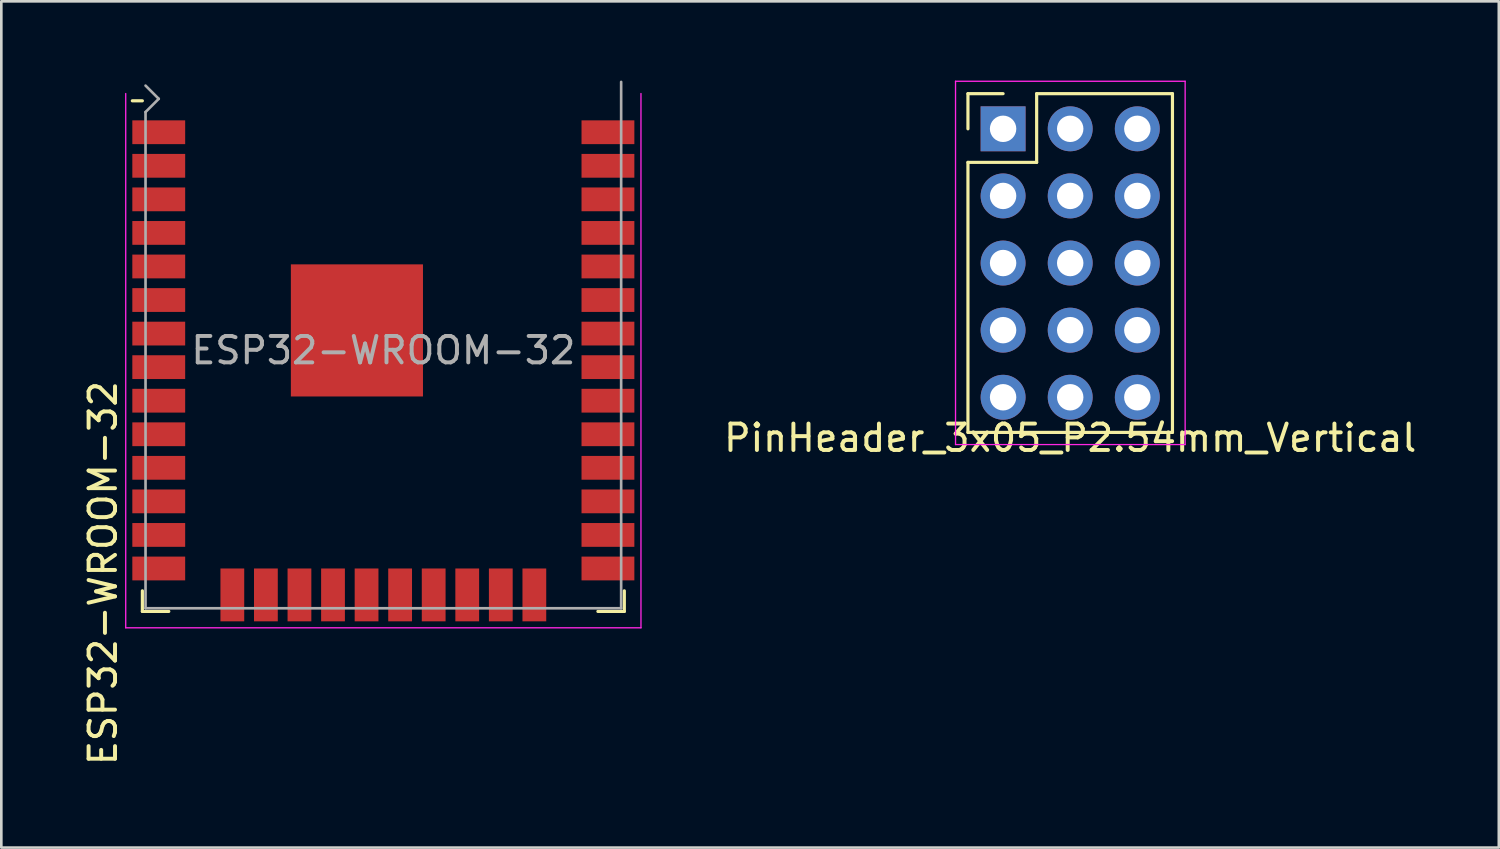
<source format=kicad_pcb>
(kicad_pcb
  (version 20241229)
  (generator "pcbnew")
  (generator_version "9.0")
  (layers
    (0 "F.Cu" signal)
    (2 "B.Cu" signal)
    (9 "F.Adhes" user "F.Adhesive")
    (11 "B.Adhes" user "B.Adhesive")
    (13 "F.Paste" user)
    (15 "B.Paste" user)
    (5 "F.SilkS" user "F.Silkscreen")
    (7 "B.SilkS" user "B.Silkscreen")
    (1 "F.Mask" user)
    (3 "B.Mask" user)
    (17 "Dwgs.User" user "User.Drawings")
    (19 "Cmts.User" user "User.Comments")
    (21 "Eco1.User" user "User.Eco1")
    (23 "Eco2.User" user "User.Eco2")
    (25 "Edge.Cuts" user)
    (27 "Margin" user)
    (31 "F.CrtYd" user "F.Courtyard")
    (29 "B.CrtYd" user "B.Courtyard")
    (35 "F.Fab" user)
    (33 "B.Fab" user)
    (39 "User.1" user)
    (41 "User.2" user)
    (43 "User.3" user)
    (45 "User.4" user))
  (footprint "PinHeader_3x05_P2.54mm_Vertical"
    (layer "F.Cu")
    (at 34.913 1.825)
    (property "Reference" "PinHeader_3x05_P2.54mm_Vertical" (at 2.54 11.7 0) (layer "F.SilkS") (effects (font (size 1 1) (thickness 0.15))))
    (attr through_hole)
    (fp_line (start -1.33 -1.33) (end 0 -1.33) (stroke (width 0.12) (type solid)) (layer "F.SilkS"))
    (fp_line (start -1.33 0) (end -1.33 -1.33) (stroke (width 0.12) (type solid)) (layer "F.SilkS"))
    (fp_line (start -1.33 1.27) (end -1.33 11.49) (stroke (width 0.12) (type solid)) (layer "F.SilkS"))
    (fp_line (start -1.33 1.27) (end 1.27 1.27) (stroke (width 0.12) (type solid)) (layer "F.SilkS"))
    (fp_line (start -1.33 11.49) (end 3.87 11.49) (stroke (width 0.12) (type solid)) (layer "F.SilkS"))
    (fp_line (start 1.27 -1.33) (end 6.41 -1.33) (stroke (width 0.12) (type solid)) (layer "F.SilkS"))
    (fp_line (start 1.27 1.27) (end 1.27 -1.33) (stroke (width 0.12) (type solid)) (layer "F.SilkS"))
    (fp_line (start 6.41 -1.33) (end 6.41 11.49) (stroke (width 0.12) (type solid)) (layer "F.SilkS"))
    (fp_line (start 6.41 11.49) (end 3.87 11.49) (stroke (width 0.12) (type solid)) (layer "F.SilkS"))
    (fp_line (start -1.8 -1.8) (end -1.8 11.95) (stroke (width 0.05) (type solid)) (layer "F.CrtYd"))
    (fp_line (start -1.8 11.95) (end 6.89 11.95) (stroke (width 0.05) (type solid)) (layer "F.CrtYd"))
    (fp_line (start 6.89 -1.8) (end -1.8 -1.8) (stroke (width 0.05) (type solid)) (layer "F.CrtYd"))
    (fp_line (start 6.89 11.95) (end 6.89 -1.8) (stroke (width 0.05) (type solid)) (layer "F.CrtYd"))
    (pad "1" thru_hole rect (at 0 0) (size 1.7 1.7) (drill 1) (layers "*.Cu" "*.Mask"))
    (pad "2" thru_hole oval (at 2.54 0) (size 1.7 1.7) (drill 1) (layers "*.Cu" "*.Mask"))
    (pad "3" thru_hole oval (at 5.08 0) (size 1.7 1.7) (drill 1) (layers "*.Cu" "*.Mask"))
    (pad "4" thru_hole oval (at 0 2.54) (size 1.7 1.7) (drill 1) (layers "*.Cu" "*.Mask"))
    (pad "5" thru_hole oval (at 2.54 2.54) (size 1.7 1.7) (drill 1) (layers "*.Cu" "*.Mask"))
    (pad "6" thru_hole oval (at 5.08 2.54) (size 1.7 1.7) (drill 1) (layers "*.Cu" "*.Mask"))
    (pad "7" thru_hole oval (at 0 5.08) (size 1.7 1.7) (drill 1) (layers "*.Cu" "*.Mask"))
    (pad "8" thru_hole oval (at 2.54 5.08) (size 1.7 1.7) (drill 1) (layers "*.Cu" "*.Mask"))
    (pad "9" thru_hole oval (at 5.08 5.08) (size 1.7 1.7) (drill 1) (layers "*.Cu" "*.Mask"))
    (pad "10" thru_hole oval (at 0 7.62) (size 1.7 1.7) (drill 1) (layers "*.Cu" "*.Mask"))
    (pad "11" thru_hole oval (at 2.54 7.62) (size 1.7 1.7) (drill 1) (layers "*.Cu" "*.Mask"))
    (pad "12" thru_hole oval (at 5.08 7.62) (size 1.7 1.7) (drill 1) (layers "*.Cu" "*.Mask"))
    (pad "13" thru_hole oval (at 0 10.16) (size 1.7 1.7) (drill 1) (layers "*.Cu" "*.Mask"))
    (pad "14" thru_hole oval (at 2.54 10.16) (size 1.7 1.7) (drill 1) (layers "*.Cu" "*.Mask"))
    (pad "15" thru_hole oval (at 5.08 10.16) (size 1.7 1.7) (drill 1) (layers "*.Cu" "*.Mask")))
  (footprint "ESP32-WROOM-32"
    (layer "F.Cu")
    (at 11.458 10.21)
    (property "Reference" "ESP32-WROOM-32" (at -10.61 8.43 90) (layer "F.SilkS") (effects (font (size 1 1) (thickness 0.15))))
    (attr smd)
    (fp_line (start -9.12 -9.445) (end -9.5 -9.445) (stroke (width 0.12) (type solid)) (layer "F.SilkS"))
    (fp_line (start -9.12 9.1) (end -9.12 9.88) (stroke (width 0.12) (type solid)) (layer "F.SilkS"))
    (fp_line (start -9.12 9.88) (end -8.12 9.88) (stroke (width 0.12) (type solid)) (layer "F.SilkS"))
    (fp_line (start 9.12 9.1) (end 9.12 9.88) (stroke (width 0.12) (type solid)) (layer "F.SilkS"))
    (fp_line (start 9.12 9.88) (end 8.12 9.88) (stroke (width 0.12) (type solid)) (layer "F.SilkS"))
    (fp_line (start -9.75 10.5) (end -9.75 -9.72) (stroke (width 0.05) (type solid)) (layer "F.CrtYd"))
    (fp_line (start -9.75 10.5) (end 9.75 10.5) (stroke (width 0.05) (type solid)) (layer "F.CrtYd"))
    (fp_line (start 9.75 -9.72) (end 9.75 10.5) (stroke (width 0.05) (type solid)) (layer "F.CrtYd"))
    (fp_line (start -9 -9.02) (end -9 9.76) (stroke (width 0.1) (type solid)) (layer "F.Fab"))
    (fp_line (start -9 -9.02) (end -8.5 -9.52) (stroke (width 0.1) (type solid)) (layer "F.Fab"))
    (fp_line (start -9 9.76) (end 9 9.76) (stroke (width 0.1) (type solid)) (layer "F.Fab"))
    (fp_line (start -8.5 -9.52) (end -9 -10.02) (stroke (width 0.1) (type solid)) (layer "F.Fab"))
    (fp_line (start 9 9.76) (end 9 -10.16) (stroke (width 0.1) (type solid)) (layer "F.Fab"))
    (fp_text user "${REFERENCE}" (at 0 0 0) (layer "F.Fab") (effects (font (size 1 1) (thickness 0.15))))
    (pad "1" smd rect (at -8.5 -8.255) (size 2 0.9) (layers "F.Cu" "F.Mask" "F.Paste"))
    (pad "2" smd rect (at -8.5 -6.985) (size 2 0.9) (layers "F.Cu" "F.Mask" "F.Paste"))
    (pad "3" smd rect (at -8.5 -5.715) (size 2 0.9) (layers "F.Cu" "F.Mask" "F.Paste"))
    (pad "4" smd rect (at -8.5 -4.445) (size 2 0.9) (layers "F.Cu" "F.Mask" "F.Paste"))
    (pad "5" smd rect (at -8.5 -3.175) (size 2 0.9) (layers "F.Cu" "F.Mask" "F.Paste"))
    (pad "6" smd rect (at -8.5 -1.905) (size 2 0.9) (layers "F.Cu" "F.Mask" "F.Paste"))
    (pad "7" smd rect (at -8.5 -0.635) (size 2 0.9) (layers "F.Cu" "F.Mask" "F.Paste"))
    (pad "8" smd rect (at -8.5 0.635) (size 2 0.9) (layers "F.Cu" "F.Mask" "F.Paste"))
    (pad "9" smd rect (at -8.5 1.905) (size 2 0.9) (layers "F.Cu" "F.Mask" "F.Paste"))
    (pad "10" smd rect (at -8.5 3.175) (size 2 0.9) (layers "F.Cu" "F.Mask" "F.Paste"))
    (pad "11" smd rect (at -8.5 4.445) (size 2 0.9) (layers "F.Cu" "F.Mask" "F.Paste"))
    (pad "12" smd rect (at -8.5 5.715) (size 2 0.9) (layers "F.Cu" "F.Mask" "F.Paste"))
    (pad "13" smd rect (at -8.5 6.985) (size 2 0.9) (layers "F.Cu" "F.Mask" "F.Paste"))
    (pad "14" smd rect (at -8.5 8.255) (size 2 0.9) (layers "F.Cu" "F.Mask" "F.Paste"))
    (pad "15" smd rect (at -5.715 9.255 90) (size 2 0.9) (layers "F.Cu" "F.Mask" "F.Paste"))
    (pad "16" smd rect (at -4.445 9.255 90) (size 2 0.9) (layers "F.Cu" "F.Mask" "F.Paste"))
    (pad "17" smd rect (at -3.175 9.255 90) (size 2 0.9) (layers "F.Cu" "F.Mask" "F.Paste"))
    (pad "18" smd rect (at -1.905 9.255 90) (size 2 0.9) (layers "F.Cu" "F.Mask" "F.Paste"))
    (pad "19" smd rect (at -0.635 9.255 90) (size 2 0.9) (layers "F.Cu" "F.Mask" "F.Paste"))
    (pad "20" smd rect (at 0.635 9.255 90) (size 2 0.9) (layers "F.Cu" "F.Mask" "F.Paste"))
    (pad "21" smd rect (at 1.905 9.255 90) (size 2 0.9) (layers "F.Cu" "F.Mask" "F.Paste"))
    (pad "22" smd rect (at 3.175 9.255 90) (size 2 0.9) (layers "F.Cu" "F.Mask" "F.Paste"))
    (pad "23" smd rect (at 4.445 9.255 90) (size 2 0.9) (layers "F.Cu" "F.Mask" "F.Paste"))
    (pad "24" smd rect (at 5.715 9.255 90) (size 2 0.9) (layers "F.Cu" "F.Mask" "F.Paste"))
    (pad "25" smd rect (at 8.5 8.255) (size 2 0.9) (layers "F.Cu" "F.Mask" "F.Paste"))
    (pad "26" smd rect (at 8.5 6.985) (size 2 0.9) (layers "F.Cu" "F.Mask" "F.Paste"))
    (pad "27" smd rect (at 8.5 5.715) (size 2 0.9) (layers "F.Cu" "F.Mask" "F.Paste"))
    (pad "28" smd rect (at 8.5 4.445) (size 2 0.9) (layers "F.Cu" "F.Mask" "F.Paste"))
    (pad "29" smd rect (at 8.5 3.175) (size 2 0.9) (layers "F.Cu" "F.Mask" "F.Paste"))
    (pad "30" smd rect (at 8.5 1.905) (size 2 0.9) (layers "F.Cu" "F.Mask" "F.Paste"))
    (pad "31" smd rect (at 8.5 0.635) (size 2 0.9) (layers "F.Cu" "F.Mask" "F.Paste"))
    (pad "32" smd rect (at 8.5 -0.635) (size 2 0.9) (layers "F.Cu" "F.Mask" "F.Paste"))
    (pad "33" smd rect (at 8.5 -1.905) (size 2 0.9) (layers "F.Cu" "F.Mask" "F.Paste"))
    (pad "34" smd rect (at 8.5 -3.175) (size 2 0.9) (layers "F.Cu" "F.Mask" "F.Paste"))
    (pad "35" smd rect (at 8.5 -4.445) (size 2 0.9) (layers "F.Cu" "F.Mask" "F.Paste"))
    (pad "36" smd rect (at 8.5 -5.715) (size 2 0.9) (layers "F.Cu" "F.Mask" "F.Paste"))
    (pad "37" smd rect (at 8.5 -6.985) (size 2 0.9) (layers "F.Cu" "F.Mask" "F.Paste"))
    (pad "38" smd rect (at 8.5 -8.255) (size 2 0.9) (layers "F.Cu" "F.Mask" "F.Paste"))
    (pad "39" smd rect (at -1 -0.755) (size 5 5) (layers "F.Cu" "F.Mask" "F.Paste")))
  (gr_rect
    (start -3 -3)
    (end 53.674 29.027)
    (stroke (width 0.1) (type default))
    (fill no)
    (layer "Edge.Cuts")))
</source>
